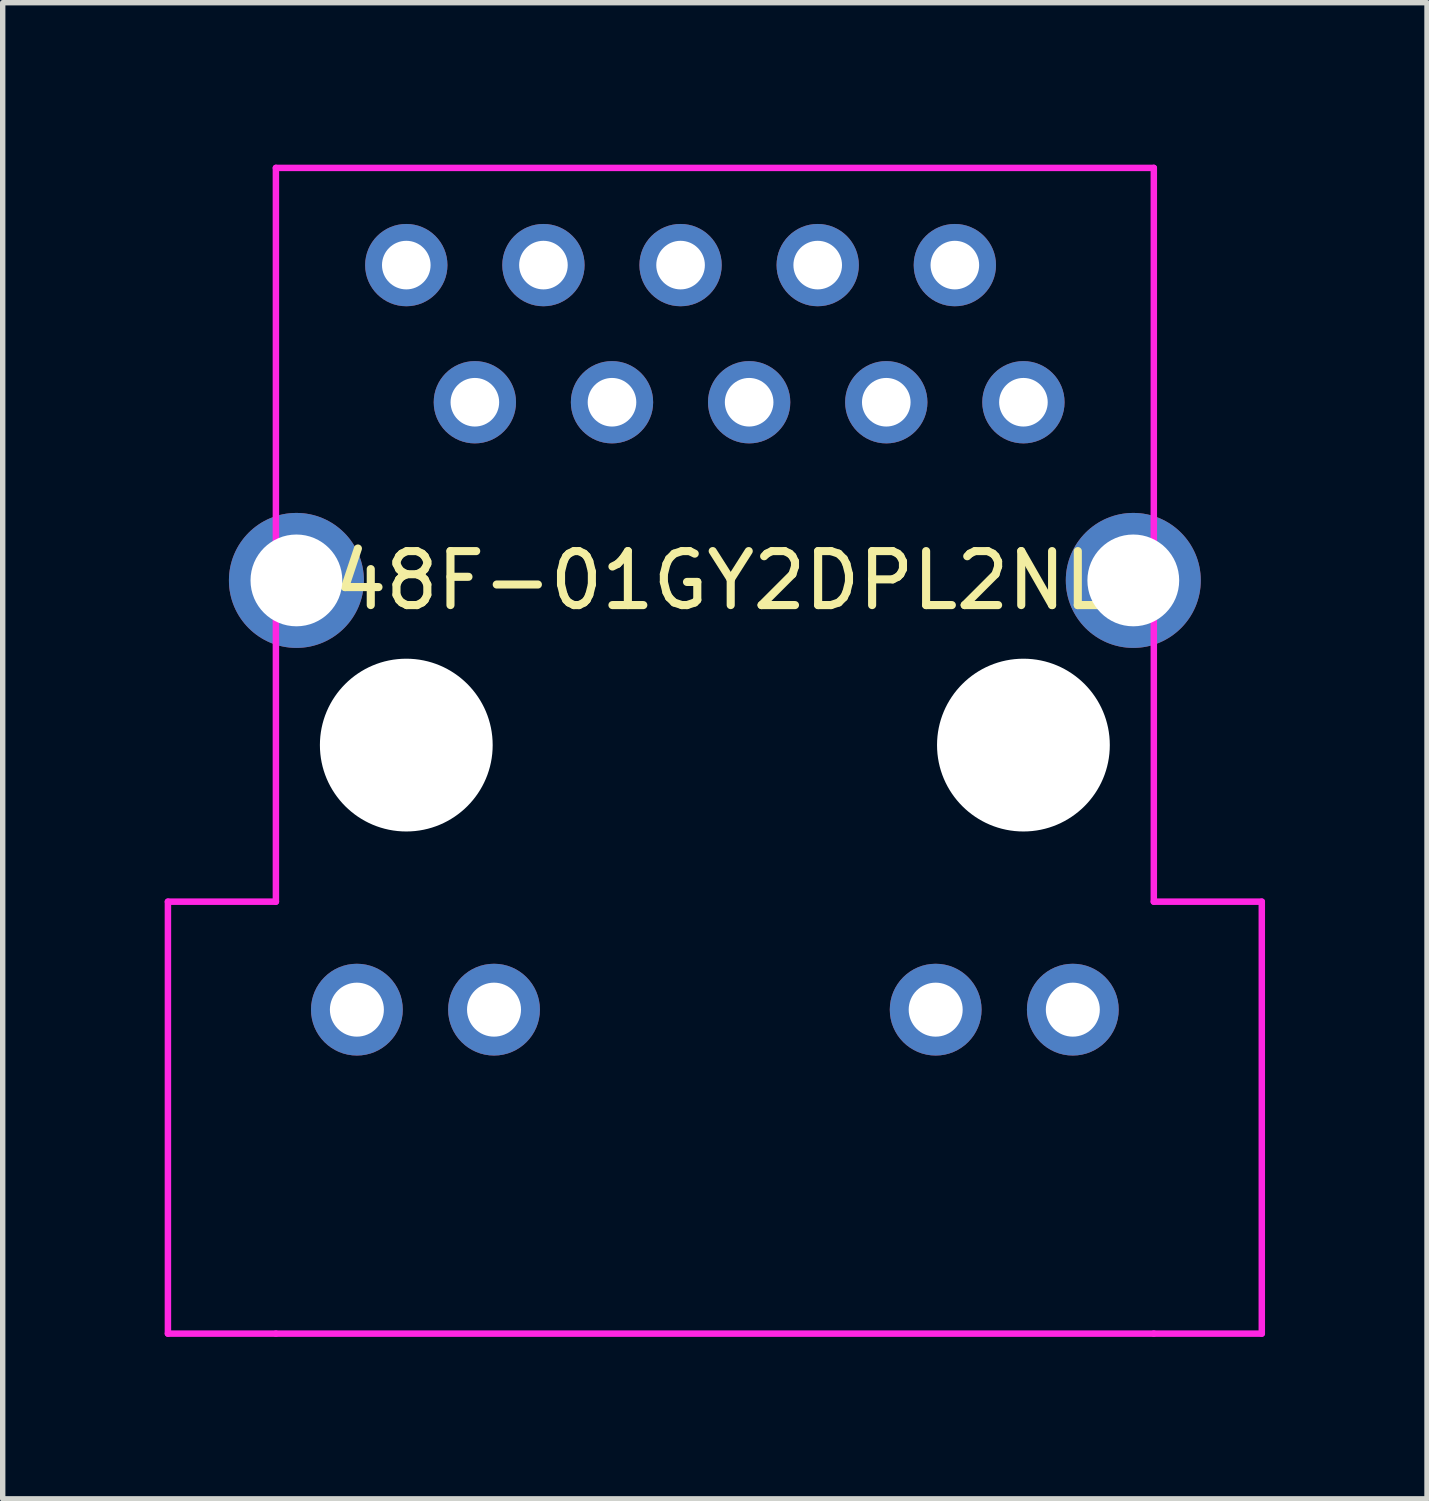
<source format=kicad_pcb>
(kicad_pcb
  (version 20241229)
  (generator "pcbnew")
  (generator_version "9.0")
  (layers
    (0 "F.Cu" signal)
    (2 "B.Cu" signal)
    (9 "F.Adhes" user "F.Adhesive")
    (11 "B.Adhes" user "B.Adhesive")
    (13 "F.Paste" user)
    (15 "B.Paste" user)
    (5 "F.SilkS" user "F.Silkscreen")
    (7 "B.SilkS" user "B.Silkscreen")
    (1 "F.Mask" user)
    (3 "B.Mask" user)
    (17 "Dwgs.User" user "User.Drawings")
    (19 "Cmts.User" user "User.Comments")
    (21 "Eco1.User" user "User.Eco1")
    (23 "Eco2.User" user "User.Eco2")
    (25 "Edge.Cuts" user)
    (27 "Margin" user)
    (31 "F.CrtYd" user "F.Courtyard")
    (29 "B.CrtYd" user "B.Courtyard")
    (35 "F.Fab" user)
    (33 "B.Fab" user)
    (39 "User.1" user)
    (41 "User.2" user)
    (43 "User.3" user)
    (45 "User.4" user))
  (footprint "48F-01GY2DPL2NL"
    (layer "F.Cu")
    (at 10.19 10.75)
    (property "Reference" "48F-01GY2DPL2NL" (at 0.127 -3.048 0) (layer "F.SilkS") (effects (font (size 1 1) (thickness 0.15))))
    (attr through_hole)
    (fp_line (start -10.13 2.9) (end -8.13 2.9) (stroke (width 0.12) (type solid)) (layer "F.CrtYd"))
    (fp_line (start -10.13 10.9) (end -10.13 2.9) (stroke (width 0.12) (type solid)) (layer "F.CrtYd"))
    (fp_line (start -8.13 -10.69) (end 8.13 -10.69) (stroke (width 0.12) (type solid)) (layer "F.CrtYd"))
    (fp_line (start -8.13 2.9) (end -8.13 -10.69) (stroke (width 0.12) (type solid)) (layer "F.CrtYd"))
    (fp_line (start -8.13 10.9) (end -10.13 10.9) (stroke (width 0.12) (type solid)) (layer "F.CrtYd"))
    (fp_line (start 8.13 -10.69) (end 8.13 2.9) (stroke (width 0.12) (type solid)) (layer "F.CrtYd"))
    (fp_line (start 8.13 10.9) (end -8.13 10.9) (stroke (width 0.12) (type solid)) (layer "F.CrtYd"))
    (fp_line (start 8.13 10.9) (end 10.13 10.9) (stroke (width 0.12) (type solid)) (layer "F.CrtYd"))
    (fp_line (start 10.13 2.9) (end 8.13 2.9) (stroke (width 0.12) (type solid)) (layer "F.CrtYd"))
    (fp_line (start 10.13 10.9) (end 10.13 2.9) (stroke (width 0.12) (type solid)) (layer "F.CrtYd"))
    (pad "" np_thru_hole circle (at -5.715 0) (size 3.2 3.2) (drill 3.2) (layers "*.Cu" "*.Mask"))
    (pad "" np_thru_hole circle (at 5.715 0) (size 3.2 3.2) (drill 3.2) (layers "*.Cu" "*.Mask"))
    (pad "1" thru_hole circle (at -5.715 -8.89) (size 1.524 1.524) (drill 0.9) (layers "*.Cu" "*.Mask"))
    (pad "2" thru_hole circle (at -4.445 -6.35) (size 1.524 1.524) (drill 0.9) (layers "*.Cu" "*.Mask"))
    (pad "3" thru_hole circle (at -3.175 -8.89) (size 1.524 1.524) (drill 0.9) (layers "*.Cu" "*.Mask"))
    (pad "4" thru_hole circle (at -1.905 -6.35) (size 1.524 1.524) (drill 0.9) (layers "*.Cu" "*.Mask"))
    (pad "5" thru_hole circle (at -0.635 -8.89) (size 1.524 1.524) (drill 0.9) (layers "*.Cu" "*.Mask"))
    (pad "6" thru_hole circle (at 0.635 -6.35) (size 1.524 1.524) (drill 0.9) (layers "*.Cu" "*.Mask"))
    (pad "7" thru_hole circle (at 1.905 -8.89) (size 1.524 1.524) (drill 0.9) (layers "*.Cu" "*.Mask"))
    (pad "8" thru_hole circle (at 3.175 -6.35) (size 1.524 1.524) (drill 0.9) (layers "*.Cu" "*.Mask"))
    (pad "9" thru_hole circle (at 4.445 -8.89) (size 1.524 1.524) (drill 0.9) (layers "*.Cu" "*.Mask"))
    (pad "10" thru_hole circle (at 5.715 -6.35) (size 1.524 1.524) (drill 0.9) (layers "*.Cu" "*.Mask"))
    (pad "11" thru_hole circle (at -6.63 4.9) (size 1.7 1.7) (drill 1) (layers "*.Cu" "*.Mask"))
    (pad "12" thru_hole circle (at -4.09 4.9) (size 1.7 1.7) (drill 1) (layers "*.Cu" "*.Mask"))
    (pad "13" thru_hole circle (at 4.09 4.9) (size 1.7 1.7) (drill 1) (layers "*.Cu" "*.Mask"))
    (pad "14" thru_hole circle (at 6.63 4.9) (size 1.7 1.7) (drill 1) (layers "*.Cu" "*.Mask"))
    (pad "SH" thru_hole circle (at -7.75 -3.05) (size 2.5 2.5) (drill 1.7) (layers "*.Cu" "*.Mask"))
    (pad "SH" thru_hole circle (at 7.75 -3.05) (size 2.5 2.5) (drill 1.7) (layers "*.Cu" "*.Mask")))
  (gr_rect
    (start -3 -3)
    (end 23.38 24.71)
    (stroke (width 0.1) (type default))
    (fill no)
    (layer "Edge.Cuts")))
</source>
